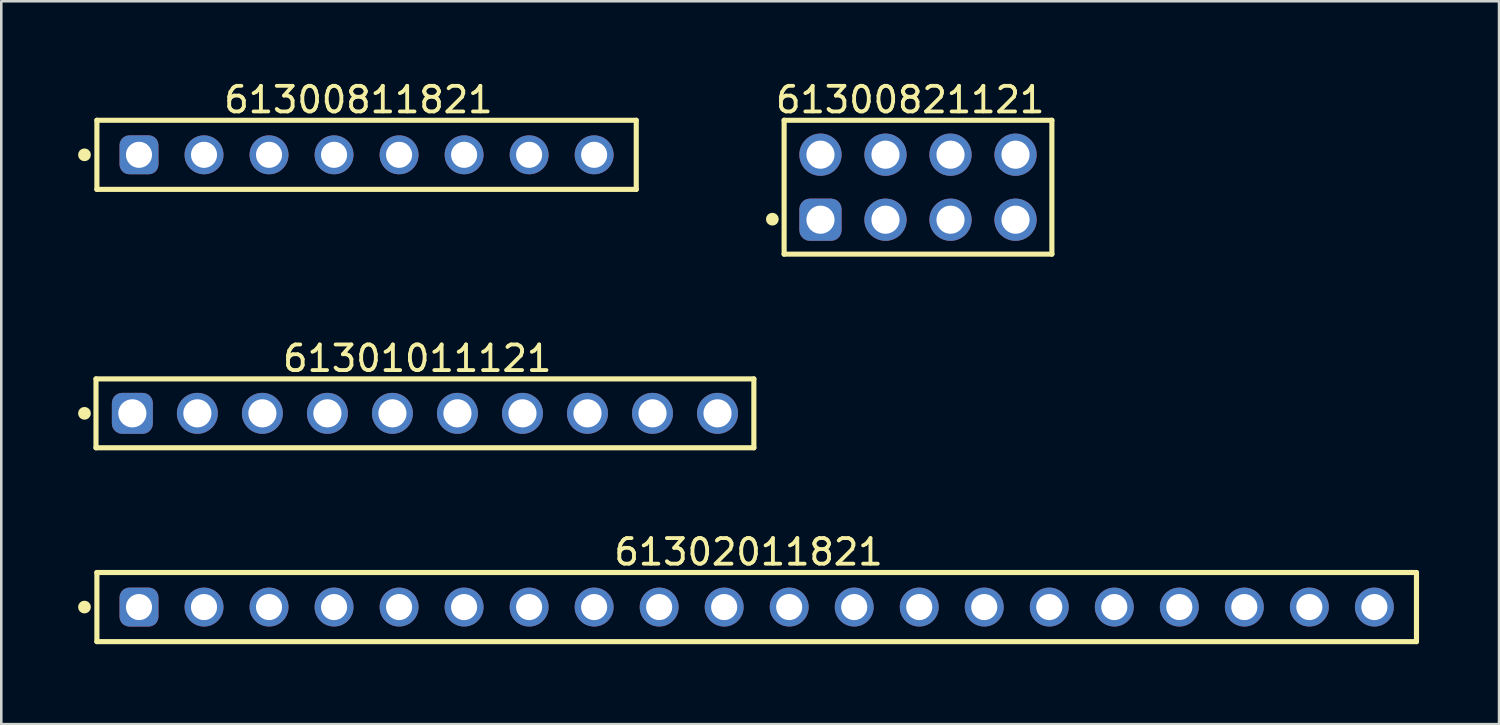
<source format=kicad_pcb>
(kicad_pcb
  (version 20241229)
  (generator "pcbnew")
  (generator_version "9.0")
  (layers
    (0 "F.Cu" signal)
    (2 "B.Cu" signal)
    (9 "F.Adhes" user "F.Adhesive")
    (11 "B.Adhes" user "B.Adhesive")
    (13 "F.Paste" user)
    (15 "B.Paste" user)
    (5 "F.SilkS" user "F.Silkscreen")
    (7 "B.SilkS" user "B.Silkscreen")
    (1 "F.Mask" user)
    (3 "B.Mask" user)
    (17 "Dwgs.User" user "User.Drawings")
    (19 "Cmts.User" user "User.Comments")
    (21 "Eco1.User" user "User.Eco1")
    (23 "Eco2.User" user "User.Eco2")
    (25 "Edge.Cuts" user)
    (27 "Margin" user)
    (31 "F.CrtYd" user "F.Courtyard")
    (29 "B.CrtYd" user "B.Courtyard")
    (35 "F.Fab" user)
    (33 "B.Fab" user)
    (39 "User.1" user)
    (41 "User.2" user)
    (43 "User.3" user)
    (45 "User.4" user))
  (footprint "61300811821"
    (layer "F.Cu")
    (at 11.27 2.998)
    (property "Reference" "61300811821" (at -0.318 -2.15 0) (layer "F.SilkS") (effects (font (size 1 1) (thickness 0.15))))
    (fp_line (start -10.535 -1.35) (end 10.535 -1.35) (stroke (width 0.2) (type solid)) (layer "F.SilkS"))
    (fp_line (start -10.535 1.35) (end -10.535 -1.35) (stroke (width 0.2) (type solid)) (layer "F.SilkS"))
    (fp_line (start -10.535 1.35) (end 10.535 1.35) (stroke (width 0.2) (type solid)) (layer "F.SilkS"))
    (fp_line (start 10.535 1.35) (end 10.535 -1.35) (stroke (width 0.2) (type solid)) (layer "F.SilkS"))
    (fp_circle (center -11.02 0) (end -11.02 -0.125) (stroke (width 0.25) (type solid)) (fill no) (layer "F.SilkS"))
    (fp_line (start -10.735 -1.55) (end 10.735 -1.55) (stroke (width 0.05) (type solid)) (layer "Eco2.User"))
    (fp_line (start -10.735 1.55) (end -10.735 -1.55) (stroke (width 0.05) (type solid)) (layer "Eco2.User"))
    (fp_line (start -10.735 1.55) (end 10.735 1.55) (stroke (width 0.05) (type solid)) (layer "Eco2.User"))
    (fp_line (start -10.41 -1.25) (end 10.41 -1.25) (stroke (width 0.1) (type solid)) (layer "Eco2.User"))
    (fp_line (start -10.41 1.25) (end -10.41 -1.25) (stroke (width 0.1) (type solid)) (layer "Eco2.User"))
    (fp_line (start -10.41 1.25) (end 10.41 1.25) (stroke (width 0.1) (type solid)) (layer "Eco2.User"))
    (fp_line (start -0.5 0) (end 0.5 0) (stroke (width 0.05) (type solid)) (layer "Eco2.User"))
    (fp_line (start 0 0.5) (end 0 -0.5) (stroke (width 0.05) (type solid)) (layer "Eco2.User"))
    (fp_line (start 10.41 1.25) (end 10.41 -1.25) (stroke (width 0.1) (type solid)) (layer "Eco2.User"))
    (fp_line (start 10.735 1.55) (end 10.735 -1.55) (stroke (width 0.05) (type solid)) (layer "Eco2.User"))
    (fp_text user "${REFERENCE}" (at 0.15 -0.197 0) (unlocked yes) (layer "User.3") (effects (font (size 1.5 1.5) (thickness 0.15))))
    (pad "1" thru_hole roundrect (at -8.89 0) (size 1.52 1.52) (drill 1.02) (layers "*.Cu" "*.Mask") (roundrect_rratio 0.25))
    (pad "2" thru_hole circle (at -6.35 0) (size 1.52 1.52) (drill 1.02) (layers "*.Cu" "*.Mask"))
    (pad "3" thru_hole circle (at -3.81 0) (size 1.52 1.52) (drill 1.02) (layers "*.Cu" "*.Mask"))
    (pad "4" thru_hole circle (at -1.27 0) (size 1.52 1.52) (drill 1.02) (layers "*.Cu" "*.Mask"))
    (pad "5" thru_hole circle (at 1.27 0) (size 1.52 1.52) (drill 1.02) (layers "*.Cu" "*.Mask"))
    (pad "6" thru_hole circle (at 3.81 0) (size 1.52 1.52) (drill 1.02) (layers "*.Cu" "*.Mask"))
    (pad "7" thru_hole circle (at 6.35 0) (size 1.52 1.52) (drill 1.02) (layers "*.Cu" "*.Mask"))
    (pad "8" thru_hole circle (at 8.89 0) (size 1.52 1.52) (drill 1.02) (layers "*.Cu" "*.Mask")))
  (footprint "61301011121"
    (layer "F.Cu")
    (at 13.55 13.097)
    (property "Reference" "61301011121" (at -0.3 -2.145 0) (layer "F.SilkS") (effects (font (size 1 1) (thickness 0.15))))
    (fp_line (start -12.85 -1.345) (end 12.85 -1.345) (stroke (width 0.2) (type solid)) (layer "F.SilkS"))
    (fp_line (start -12.85 1.345) (end -12.85 -1.345) (stroke (width 0.2) (type solid)) (layer "F.SilkS"))
    (fp_line (start -12.85 1.345) (end 12.85 1.345) (stroke (width 0.2) (type solid)) (layer "F.SilkS"))
    (fp_line (start 12.85 1.345) (end 12.85 -1.345) (stroke (width 0.2) (type solid)) (layer "F.SilkS"))
    (fp_circle (center -13.3 0) (end -13.3 -0.125) (stroke (width 0.25) (type solid)) (fill no) (layer "F.SilkS"))
    (fp_line (start -13.05 -1.545) (end 13.05 -1.545) (stroke (width 0.05) (type solid)) (layer "Eco2.User"))
    (fp_line (start -13.05 1.545) (end -13.05 -1.545) (stroke (width 0.05) (type solid)) (layer "Eco2.User"))
    (fp_line (start -13.05 1.545) (end 13.05 1.545) (stroke (width 0.05) (type solid)) (layer "Eco2.User"))
    (fp_line (start -12.7 -1.27) (end 12.7 -1.27) (stroke (width 0.1) (type solid)) (layer "Eco2.User"))
    (fp_line (start -12.7 1.27) (end -12.7 -1.27) (stroke (width 0.1) (type solid)) (layer "Eco2.User"))
    (fp_line (start -12.7 1.27) (end 12.7 1.27) (stroke (width 0.1) (type solid)) (layer "Eco2.User"))
    (fp_line (start -0.5 0) (end 0.5 0) (stroke (width 0.05) (type solid)) (layer "Eco2.User"))
    (fp_line (start 0 0.5) (end 0 -0.5) (stroke (width 0.05) (type solid)) (layer "Eco2.User"))
    (fp_line (start 12.7 1.27) (end 12.7 -1.27) (stroke (width 0.1) (type solid)) (layer "Eco2.User"))
    (fp_line (start 13.05 1.545) (end 13.05 -1.545) (stroke (width 0.05) (type solid)) (layer "Eco2.User"))
    (fp_text user "${REFERENCE}" (at 0.15 -0.197 0) (unlocked yes) (layer "User.3") (effects (font (size 1.5 1.5) (thickness 0.15))))
    (pad "1" thru_hole roundrect (at -11.43 0) (size 1.6 1.6) (drill 1.1) (layers "*.Cu" "*.Mask") (roundrect_rratio 0.25))
    (pad "2" thru_hole circle (at -8.89 0) (size 1.6 1.6) (drill 1.1) (layers "*.Cu" "*.Mask"))
    (pad "3" thru_hole circle (at -6.35 0) (size 1.6 1.6) (drill 1.1) (layers "*.Cu" "*.Mask"))
    (pad "4" thru_hole circle (at -3.81 0) (size 1.6 1.6) (drill 1.1) (layers "*.Cu" "*.Mask"))
    (pad "5" thru_hole circle (at -1.27 0) (size 1.6 1.6) (drill 1.1) (layers "*.Cu" "*.Mask"))
    (pad "6" thru_hole circle (at 1.27 0) (size 1.6 1.6) (drill 1.1) (layers "*.Cu" "*.Mask"))
    (pad "7" thru_hole circle (at 3.81 0) (size 1.6 1.6) (drill 1.1) (layers "*.Cu" "*.Mask"))
    (pad "8" thru_hole circle (at 6.35 0) (size 1.6 1.6) (drill 1.1) (layers "*.Cu" "*.Mask"))
    (pad "9" thru_hole circle (at 8.89 0) (size 1.6 1.6) (drill 1.1) (layers "*.Cu" "*.Mask"))
    (pad "10" thru_hole circle (at 11.43 0) (size 1.6 1.6) (drill 1.1) (layers "*.Cu" "*.Mask")))
  (footprint "61300821121"
    (layer "F.Cu")
    (at 32.812 4.263)
    (property "Reference" "61300821121" (at -0.305 -3.415 0) (layer "F.SilkS") (effects (font (size 1 1) (thickness 0.15))))
    (fp_line (start -5.23 -2.615) (end 5.23 -2.615) (stroke (width 0.2) (type solid)) (layer "F.SilkS"))
    (fp_line (start -5.23 2.615) (end -5.23 -2.615) (stroke (width 0.2) (type solid)) (layer "F.SilkS"))
    (fp_line (start -5.23 2.615) (end 5.23 2.615) (stroke (width 0.2) (type solid)) (layer "F.SilkS"))
    (fp_line (start 5.23 2.615) (end 5.23 -2.615) (stroke (width 0.2) (type solid)) (layer "F.SilkS"))
    (fp_circle (center -5.69 1.25) (end -5.69 1.125) (stroke (width 0.25) (type solid)) (fill no) (layer "F.SilkS"))
    (fp_line (start -5.43 -2.815) (end 5.43 -2.815) (stroke (width 0.05) (type solid)) (layer "Eco2.User"))
    (fp_line (start -5.43 2.815) (end -5.43 -2.815) (stroke (width 0.05) (type solid)) (layer "Eco2.User"))
    (fp_line (start -5.43 2.815) (end 5.43 2.815) (stroke (width 0.05) (type solid)) (layer "Eco2.User"))
    (fp_line (start -5.08 -2.54) (end 5.08 -2.54) (stroke (width 0.1) (type solid)) (layer "Eco2.User"))
    (fp_line (start -5.08 2.54) (end -5.08 -2.54) (stroke (width 0.1) (type solid)) (layer "Eco2.User"))
    (fp_line (start -5.08 2.54) (end 5.08 2.54) (stroke (width 0.1) (type solid)) (layer "Eco2.User"))
    (fp_line (start -0.5 0) (end 0.5 0) (stroke (width 0.05) (type solid)) (layer "Eco2.User"))
    (fp_line (start 0 0.5) (end 0 -0.5) (stroke (width 0.05) (type solid)) (layer "Eco2.User"))
    (fp_line (start 5.08 2.54) (end 5.08 -2.54) (stroke (width 0.1) (type solid)) (layer "Eco2.User"))
    (fp_line (start 5.43 2.815) (end 5.43 -2.815) (stroke (width 0.05) (type solid)) (layer "Eco2.User"))
    (fp_text user "${REFERENCE}" (at 0.15 -0.197 0) (unlocked yes) (layer "User.3") (effects (font (size 1.5 1.5) (thickness 0.15))))
    (pad "1" thru_hole roundrect (at -3.81 1.27) (size 1.65 1.65) (drill 1.1) (layers "*.Cu" "*.Mask") (roundrect_rratio 0.25))
    (pad "2" thru_hole circle (at -3.81 -1.27) (size 1.65 1.65) (drill 1.1) (layers "*.Cu" "*.Mask"))
    (pad "3" thru_hole circle (at -1.27 1.27) (size 1.65 1.65) (drill 1.1) (layers "*.Cu" "*.Mask"))
    (pad "4" thru_hole circle (at -1.27 -1.27) (size 1.65 1.65) (drill 1.1) (layers "*.Cu" "*.Mask"))
    (pad "5" thru_hole circle (at 1.27 1.27) (size 1.65 1.65) (drill 1.1) (layers "*.Cu" "*.Mask"))
    (pad "6" thru_hole circle (at 1.27 -1.27) (size 1.65 1.65) (drill 1.1) (layers "*.Cu" "*.Mask"))
    (pad "7" thru_hole circle (at 3.81 1.27) (size 1.65 1.65) (drill 1.1) (layers "*.Cu" "*.Mask"))
    (pad "8" thru_hole circle (at 3.81 -1.27) (size 1.65 1.65) (drill 1.1) (layers "*.Cu" "*.Mask")))
  (footprint "61302011821"
    (layer "F.Cu")
    (at 26.51 20.665)
    (property "Reference" "61302011821" (at -0.318 -2.15 0) (layer "F.SilkS") (effects (font (size 1 1) (thickness 0.15))))
    (fp_line (start -25.775 -1.35) (end 25.775 -1.35) (stroke (width 0.2) (type solid)) (layer "F.SilkS"))
    (fp_line (start -25.775 1.35) (end -25.775 -1.35) (stroke (width 0.2) (type solid)) (layer "F.SilkS"))
    (fp_line (start -25.775 1.35) (end 25.775 1.35) (stroke (width 0.2) (type solid)) (layer "F.SilkS"))
    (fp_line (start 25.775 1.35) (end 25.775 -1.35) (stroke (width 0.2) (type solid)) (layer "F.SilkS"))
    (fp_circle (center -26.26 0) (end -26.26 -0.125) (stroke (width 0.25) (type solid)) (fill no) (layer "F.SilkS"))
    (fp_line (start -25.975 -1.55) (end 25.975 -1.55) (stroke (width 0.05) (type solid)) (layer "Eco2.User"))
    (fp_line (start -25.975 1.55) (end -25.975 -1.55) (stroke (width 0.05) (type solid)) (layer "Eco2.User"))
    (fp_line (start -25.975 1.55) (end 25.975 1.55) (stroke (width 0.05) (type solid)) (layer "Eco2.User"))
    (fp_line (start -25.65 -1.25) (end 25.65 -1.25) (stroke (width 0.1) (type solid)) (layer "Eco2.User"))
    (fp_line (start -25.65 1.25) (end -25.65 -1.25) (stroke (width 0.1) (type solid)) (layer "Eco2.User"))
    (fp_line (start -25.65 1.25) (end 25.65 1.25) (stroke (width 0.1) (type solid)) (layer "Eco2.User"))
    (fp_line (start -0.5 0) (end 0.5 0) (stroke (width 0.05) (type solid)) (layer "Eco2.User"))
    (fp_line (start 0 0.5) (end 0 -0.5) (stroke (width 0.05) (type solid)) (layer "Eco2.User"))
    (fp_line (start 25.65 1.25) (end 25.65 -1.25) (stroke (width 0.1) (type solid)) (layer "Eco2.User"))
    (fp_line (start 25.975 1.55) (end 25.975 -1.55) (stroke (width 0.05) (type solid)) (layer "Eco2.User"))
    (fp_text user "${REFERENCE}" (at 0.15 -0.197 0) (unlocked yes) (layer "User.3") (effects (font (size 1.5 1.5) (thickness 0.15))))
    (pad "1" thru_hole roundrect (at -24.13 0) (size 1.52 1.52) (drill 1.02) (layers "*.Cu" "*.Mask") (roundrect_rratio 0.25))
    (pad "2" thru_hole circle (at -21.59 0) (size 1.52 1.52) (drill 1.02) (layers "*.Cu" "*.Mask"))
    (pad "3" thru_hole circle (at -19.05 0) (size 1.52 1.52) (drill 1.02) (layers "*.Cu" "*.Mask"))
    (pad "4" thru_hole circle (at -16.51 0) (size 1.52 1.52) (drill 1.02) (layers "*.Cu" "*.Mask"))
    (pad "5" thru_hole circle (at -13.97 0) (size 1.52 1.52) (drill 1.02) (layers "*.Cu" "*.Mask"))
    (pad "6" thru_hole circle (at -11.43 0) (size 1.52 1.52) (drill 1.02) (layers "*.Cu" "*.Mask"))
    (pad "7" thru_hole circle (at -8.89 0) (size 1.52 1.52) (drill 1.02) (layers "*.Cu" "*.Mask"))
    (pad "8" thru_hole circle (at -6.35 0) (size 1.52 1.52) (drill 1.02) (layers "*.Cu" "*.Mask"))
    (pad "9" thru_hole circle (at -3.81 0) (size 1.52 1.52) (drill 1.02) (layers "*.Cu" "*.Mask"))
    (pad "10" thru_hole circle (at -1.27 0) (size 1.52 1.52) (drill 1.02) (layers "*.Cu" "*.Mask"))
    (pad "11" thru_hole circle (at 1.27 0) (size 1.52 1.52) (drill 1.02) (layers "*.Cu" "*.Mask"))
    (pad "12" thru_hole circle (at 3.81 0) (size 1.52 1.52) (drill 1.02) (layers "*.Cu" "*.Mask"))
    (pad "13" thru_hole circle (at 6.35 0) (size 1.52 1.52) (drill 1.02) (layers "*.Cu" "*.Mask"))
    (pad "14" thru_hole circle (at 8.89 0) (size 1.52 1.52) (drill 1.02) (layers "*.Cu" "*.Mask"))
    (pad "15" thru_hole circle (at 11.43 0) (size 1.52 1.52) (drill 1.02) (layers "*.Cu" "*.Mask"))
    (pad "16" thru_hole circle (at 13.97 0) (size 1.52 1.52) (drill 1.02) (layers "*.Cu" "*.Mask"))
    (pad "17" thru_hole circle (at 16.51 0) (size 1.52 1.52) (drill 1.02) (layers "*.Cu" "*.Mask"))
    (pad "18" thru_hole circle (at 19.05 0) (size 1.52 1.52) (drill 1.02) (layers "*.Cu" "*.Mask"))
    (pad "19" thru_hole circle (at 21.59 0) (size 1.52 1.52) (drill 1.02) (layers "*.Cu" "*.Mask"))
    (pad "20" thru_hole circle (at 24.13 0) (size 1.52 1.52) (drill 1.02) (layers "*.Cu" "*.Mask")))
  (gr_rect
    (start -3 -3)
    (end 55.51 25.24)
    (stroke (width 0.1) (type default))
    (fill no)
    (layer "Edge.Cuts")))
</source>
